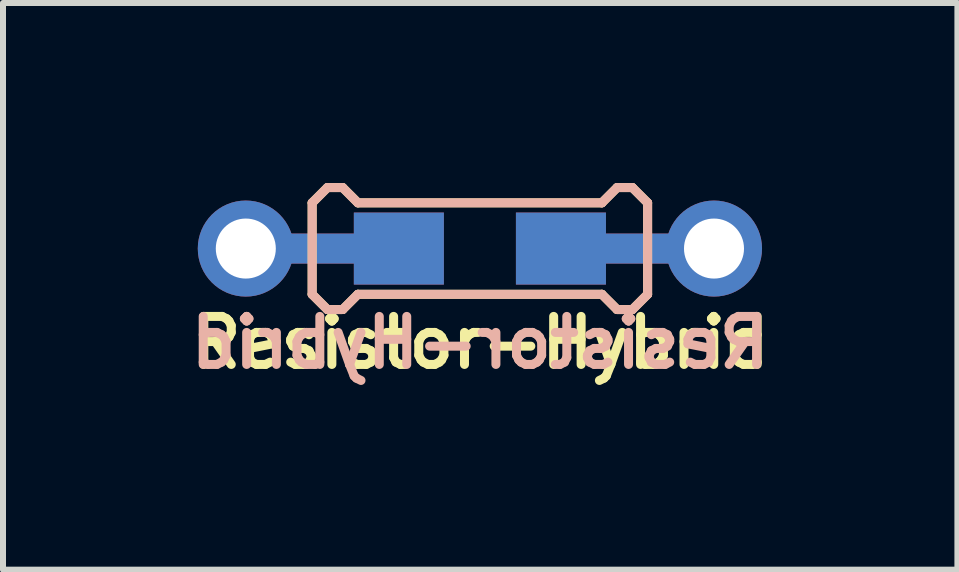
<source format=kicad_pcb>
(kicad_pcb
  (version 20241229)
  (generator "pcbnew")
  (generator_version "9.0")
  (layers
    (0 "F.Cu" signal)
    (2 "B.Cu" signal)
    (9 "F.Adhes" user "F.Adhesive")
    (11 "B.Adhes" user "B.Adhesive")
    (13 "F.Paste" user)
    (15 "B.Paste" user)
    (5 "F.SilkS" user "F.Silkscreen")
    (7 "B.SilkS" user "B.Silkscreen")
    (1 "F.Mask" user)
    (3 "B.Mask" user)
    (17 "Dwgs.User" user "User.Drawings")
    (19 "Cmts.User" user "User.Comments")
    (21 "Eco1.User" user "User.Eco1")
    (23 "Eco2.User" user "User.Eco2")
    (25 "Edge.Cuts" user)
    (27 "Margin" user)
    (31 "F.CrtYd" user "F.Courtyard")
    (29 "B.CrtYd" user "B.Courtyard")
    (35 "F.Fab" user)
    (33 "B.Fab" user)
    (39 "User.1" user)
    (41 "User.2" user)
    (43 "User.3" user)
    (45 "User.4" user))
  (footprint "Resistor-Hybrid"
    (layer "F.Cu")
    (at 4.945 1.091)
    (property "Reference" "Resistor-Hybrid" (at 0.01 1.1 0) (layer "F.SilkS") (effects (font (size 0.8 0.8) (thickness 0.15)) (justify top)))
    (attr smd)
    (fp_line (start -2.795 -0.762) (end -2.795 0.762) (stroke (width 0.15) (type solid)) (layer "F.SilkS"))
    (fp_line (start -2.541 -1.016) (end -2.795 -0.762) (stroke (width 0.15) (type solid)) (layer "F.SilkS"))
    (fp_line (start -2.541 1.016) (end -2.287 1.016) (stroke (width 0.15) (type solid)) (layer "F.SilkS"))
    (fp_line (start -2.54 -1.016) (end -2.286 -1.016) (stroke (width 0.15) (type solid)) (layer "F.SilkS"))
    (fp_line (start -2.54 1.016) (end -2.794 0.762) (stroke (width 0.15) (type solid)) (layer "F.SilkS"))
    (fp_line (start -2.287 1.016) (end -2.033 0.762) (stroke (width 0.15) (type solid)) (layer "F.SilkS"))
    (fp_line (start -2.286 -1.016) (end -2.032 -0.762) (stroke (width 0.15) (type solid)) (layer "F.SilkS"))
    (fp_line (start -2.032 -0.762) (end 2.032 -0.762) (stroke (width 0.15) (type solid)) (layer "F.SilkS"))
    (fp_line (start 2.032 -0.762) (end 2.286 -1.016) (stroke (width 0.15) (type solid)) (layer "F.SilkS"))
    (fp_line (start 2.032 0.762) (end -2.032 0.762) (stroke (width 0.15) (type solid)) (layer "F.SilkS"))
    (fp_line (start 2.286 -1.016) (end 2.54 -1.016) (stroke (width 0.15) (type solid)) (layer "F.SilkS"))
    (fp_line (start 2.286 1.016) (end 2.032 0.762) (stroke (width 0.15) (type solid)) (layer "F.SilkS"))
    (fp_line (start 2.54 -1.016) (end 2.794 -0.762) (stroke (width 0.15) (type solid)) (layer "F.SilkS"))
    (fp_line (start 2.54 1.016) (end 2.286 1.016) (stroke (width 0.15) (type solid)) (layer "F.SilkS"))
    (fp_line (start 2.794 -0.762) (end 2.794 0.762) (stroke (width 0.15) (type solid)) (layer "F.SilkS"))
    (fp_line (start 2.794 0.762) (end 2.54 1.016) (stroke (width 0.15) (type solid)) (layer "F.SilkS"))
    (fp_line (start -2.795 0.762) (end -2.541 1.016) (stroke (width 0.15) (type solid)) (layer "B.SilkS"))
    (fp_line (start -2.794 -0.762) (end -2.54 -1.016) (stroke (width 0.15) (type solid)) (layer "B.SilkS"))
    (fp_line (start -2.794 0.762) (end -2.794 -0.762) (stroke (width 0.15) (type solid)) (layer "B.SilkS"))
    (fp_line (start -2.287 -1.016) (end -2.541 -1.016) (stroke (width 0.15) (type solid)) (layer "B.SilkS"))
    (fp_line (start -2.286 1.016) (end -2.54 1.016) (stroke (width 0.15) (type solid)) (layer "B.SilkS"))
    (fp_line (start -2.033 -0.762) (end -2.287 -1.016) (stroke (width 0.15) (type solid)) (layer "B.SilkS"))
    (fp_line (start -2.033 -0.762) (end 2.032 -0.762) (stroke (width 0.15) (type solid)) (layer "B.SilkS"))
    (fp_line (start -2.032 0.762) (end -2.286 1.016) (stroke (width 0.15) (type solid)) (layer "B.SilkS"))
    (fp_line (start 2.032 -0.762) (end 2.286 -1.016) (stroke (width 0.15) (type solid)) (layer "B.SilkS"))
    (fp_line (start 2.032 0.762) (end -2.032 0.762) (stroke (width 0.15) (type solid)) (layer "B.SilkS"))
    (fp_line (start 2.286 -1.016) (end 2.54 -1.016) (stroke (width 0.15) (type solid)) (layer "B.SilkS"))
    (fp_line (start 2.286 1.016) (end 2.032 0.762) (stroke (width 0.15) (type solid)) (layer "B.SilkS"))
    (fp_line (start 2.54 -1.016) (end 2.794 -0.762) (stroke (width 0.15) (type solid)) (layer "B.SilkS"))
    (fp_line (start 2.54 1.016) (end 2.286 1.016) (stroke (width 0.15) (type solid)) (layer "B.SilkS"))
    (fp_line (start 2.794 -0.762) (end 2.794 0.762) (stroke (width 0.15) (type solid)) (layer "B.SilkS"))
    (fp_line (start 2.794 0.762) (end 2.54 1.016) (stroke (width 0.15) (type solid)) (layer "B.SilkS"))
    (fp_text user "${REFERENCE}" (at 0 1.1 0) (layer "B.SilkS") (effects (font (size 0.8 0.8) (thickness 0.15) (bold yes)) (justify top mirror)))
    (pad "1" smd rect (at 1.35 0) (size 1.5 1.2) (layers "F.Cu" "F.Mask" "F.Paste"))
    (pad "1" smd rect (at 1.35 0) (size 1.5 1.2) (layers "B.Cu" "B.Mask" "B.Paste"))
    (pad "1" smd rect (at 2.5 0) (size 2.9 0.5) (layers "F.Cu"))
    (pad "1" smd rect (at 2.5 0) (size 2.9 0.5) (layers "B.Cu"))
    (pad "1" thru_hole circle (at 3.9 0) (size 1.6 1.6) (drill 1) (layers "*.Cu" "*.Mask"))
    (pad "2" thru_hole circle (at -3.9 0) (size 1.6 1.6) (drill 1) (layers "*.Cu" "*.Mask"))
    (pad "2" smd rect (at -2.5 0) (size 2.9 0.5) (layers "F.Cu"))
    (pad "2" smd rect (at -2.5 0) (size 2.9 0.5) (layers "B.Cu"))
    (pad "2" smd rect (at -1.35 0) (size 1.5 1.2) (layers "F.Cu" "F.Mask" "F.Paste"))
    (pad "2" smd rect (at -1.35 0) (size 1.5 1.2) (layers "B.Cu" "B.Mask" "B.Paste")))
  (gr_rect
    (start -3 -3)
    (end 12.9 6.441)
    (stroke (width 0.1) (type default))
    (fill no)
    (layer "Edge.Cuts")))
</source>
